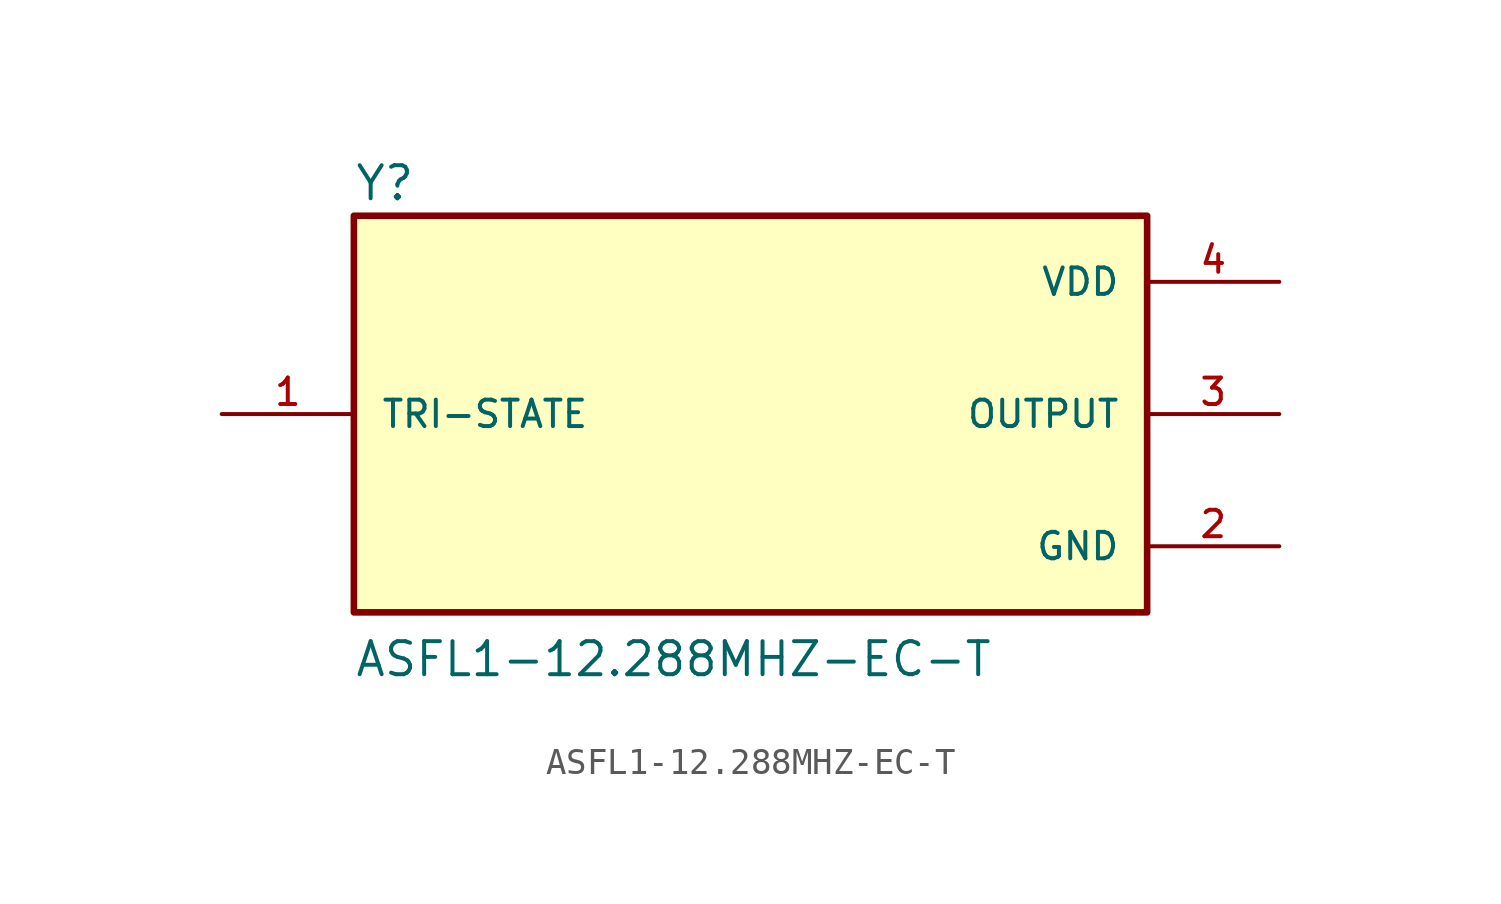
<source format=kicad_sym>
(kicad_symbol_lib
  (version 20211014)
  (generator kicad_symbol_editor)
  (symbol "ASFL1-12.288MHZ-EC-T"
    (pin_names
      (offset 1.016))
    (property "Reference" "Y"
      (at -15.24 8.128 0)
      (effects (font (size 1.27 1.27)) (justify bottom left)))
    (property "Value" "ASFL1-12.288MHZ-EC-T"
      (at -15.24 -10.16 0)
      (effects (font (size 1.27 1.27)) (justify bottom left)))
    (symbol "ASFL1-12.288MHZ-EC-T_0_0"
      (rectangle (start -15.24 -7.62) (end 15.24 7.62) (stroke (width 0.254)) (fill (type background)))
      (pin power_in line (at 20.32 5.08 180.0) (length 5.08) (name "VDD" (effects (font (size 1.016 1.016)))) (number "4" (effects (font (size 1.016 1.016)))))
      (pin passive line (at -20.32 0.0 0) (length 5.08) (name "TRI-STATE" (effects (font (size 1.016 1.016)))) (number "1" (effects (font (size 1.016 1.016)))))
      (pin power_in line (at 20.32 -5.08 180.0) (length 5.08) (name "GND" (effects (font (size 1.016 1.016)))) (number "2" (effects (font (size 1.016 1.016)))))
      (pin output line (at 20.32 0.0 180.0) (length 5.08) (name "OUTPUT" (effects (font (size 1.016 1.016)))) (number "3" (effects (font (size 1.016 1.016))))))))
</source>
